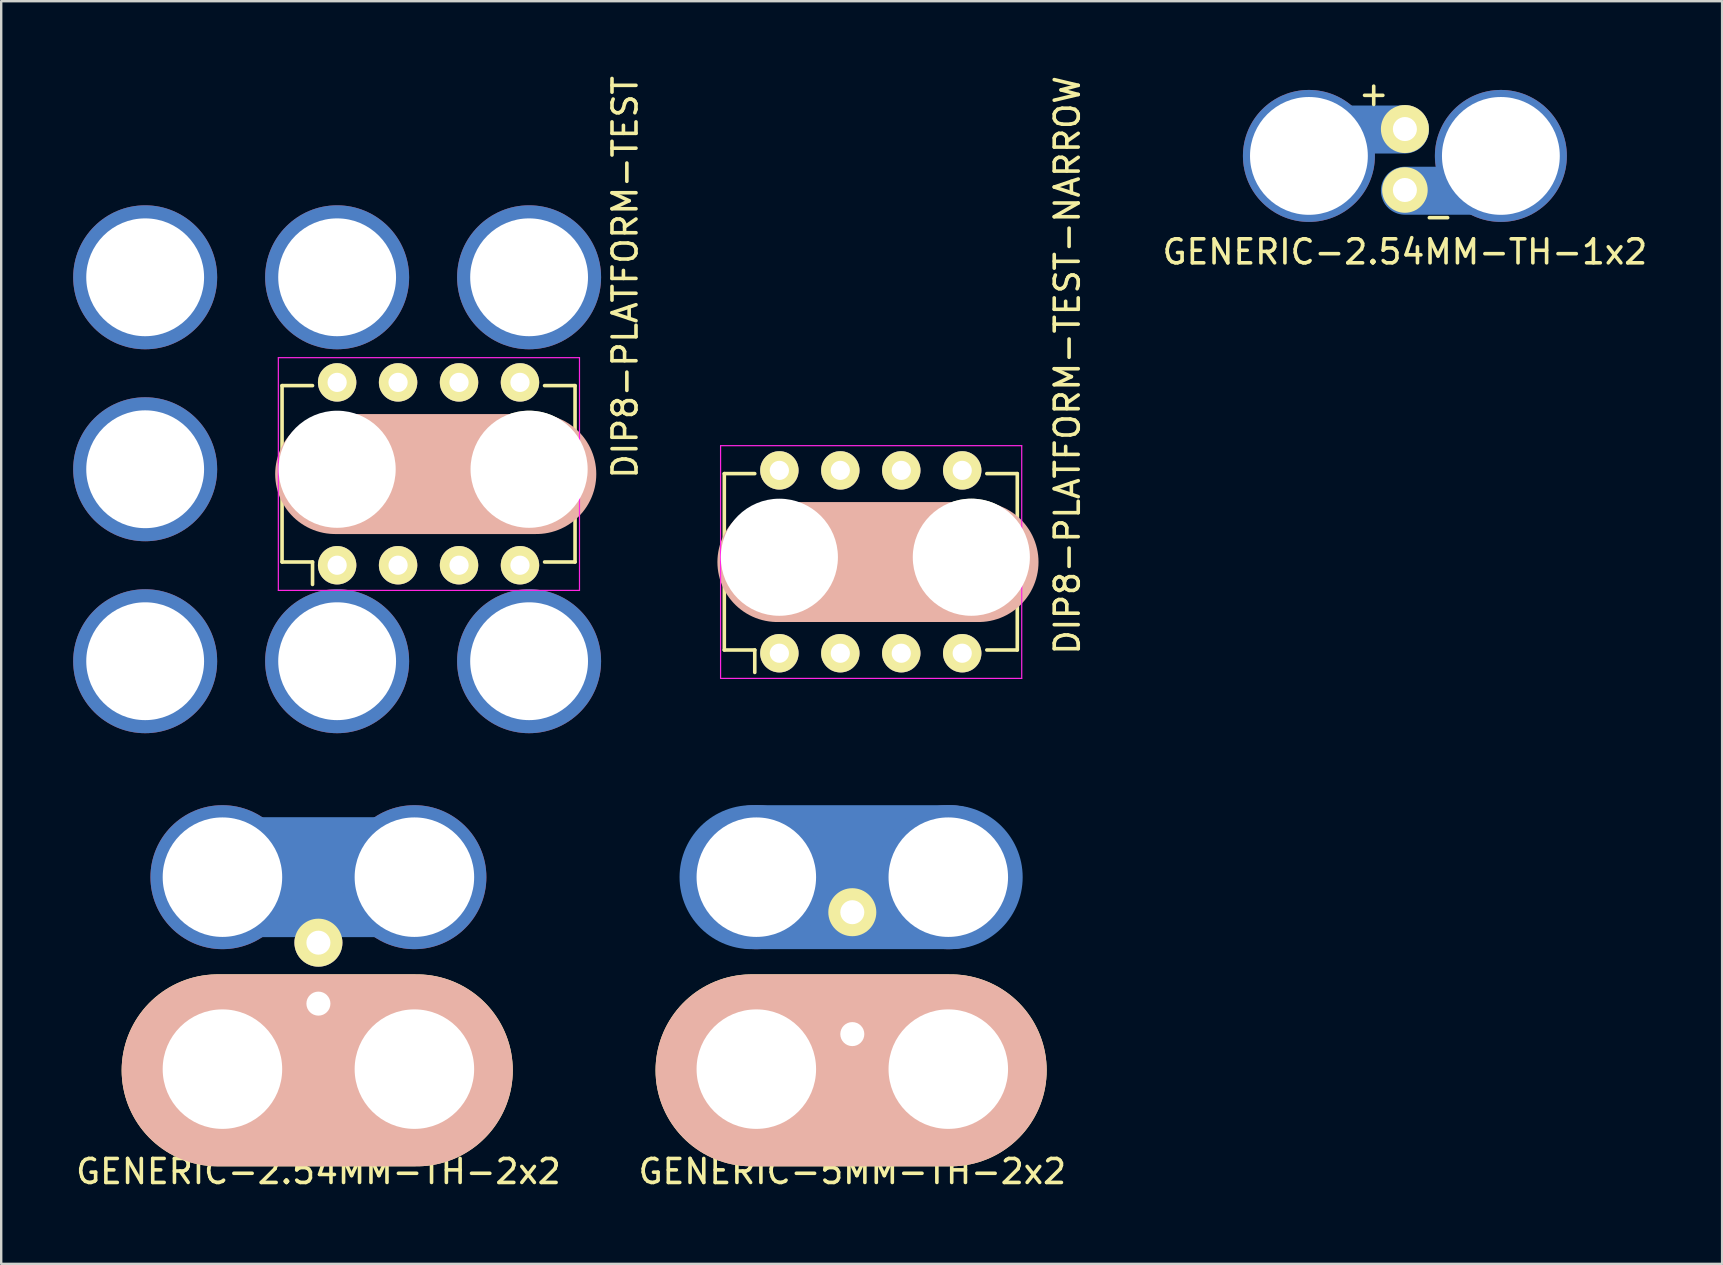
<source format=kicad_pcb>
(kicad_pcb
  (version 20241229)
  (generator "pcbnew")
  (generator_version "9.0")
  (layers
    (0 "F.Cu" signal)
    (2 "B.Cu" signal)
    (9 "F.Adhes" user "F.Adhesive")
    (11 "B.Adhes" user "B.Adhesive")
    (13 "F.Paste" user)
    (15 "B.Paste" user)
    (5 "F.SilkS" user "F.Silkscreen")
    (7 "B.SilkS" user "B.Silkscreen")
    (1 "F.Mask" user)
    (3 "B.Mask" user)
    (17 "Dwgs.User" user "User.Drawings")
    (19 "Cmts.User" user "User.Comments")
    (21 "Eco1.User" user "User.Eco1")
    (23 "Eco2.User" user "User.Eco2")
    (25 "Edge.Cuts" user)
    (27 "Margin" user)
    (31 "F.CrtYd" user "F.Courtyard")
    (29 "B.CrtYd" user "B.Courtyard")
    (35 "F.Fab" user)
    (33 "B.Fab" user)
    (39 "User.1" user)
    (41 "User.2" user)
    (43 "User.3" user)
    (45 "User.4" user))
  (footprint "GENERIC-2.54MM-TH-2x2"
    (layer "F.Cu")
    (at 10.22 37.506)
    (property "Reference" "GENERIC-2.54MM-TH-2x2" (at 0 8.267 0) (layer "F.SilkS") (effects (font (size 1 1) (thickness 0.15))))
    (attr through_hole)
    (fp_line (start 4 -4) (end -4 -4) (stroke (width 5) (type solid)) (layer "B.Cu"))
    (fp_line (start 4 4) (end -4 4) (stroke (width 5) (type solid)) (layer "B.Cu"))
    (fp_line (start -4 4) (end 4 4) (stroke (width 5) (type solid)) (layer "B.Mask"))
    (fp_line (start 4 -4) (end -4 -4) (stroke (width 5) (type solid)) (layer "B.Mask"))
    (fp_line (start -4.2 4.05) (end 4.1 4.05) (stroke (width 8) (type solid)) (layer "F.SilkS"))
    (fp_line (start -4.2 4.05) (end 4.1 4.05) (stroke (width 8) (type solid)) (layer "B.SilkS"))
    (pad "1" thru_hole circle (at -4 -4) (size 6 6) (drill 4.98) (layers "*.Cu" "*.Mask"))
    (pad "1" thru_hole circle (at 0 -1.27) (size 2 2) (drill 1.001) (layers "*.Cu" "*.Mask" "F.SilkS"))
    (pad "1" thru_hole circle (at 4 -4) (size 6 6) (drill 4.98) (layers "*.Cu" "*.Mask"))
    (pad "2" thru_hole circle (at -4 4) (size 6 6) (drill 4.98) (layers "*.Cu" "*.Mask"))
    (pad "2" thru_hole circle (at 0 1.27 270) (size 1.9 1.9) (drill 1.001) (layers "*.Cu" "*.Mask" "F.SilkS"))
    (pad "2" thru_hole circle (at 4 4) (size 6 6) (drill 4.98) (layers "*.Cu" "*.Mask")))
  (footprint "DIP8-PLATFORM-TEST-NARROW"
    (layer "F.Cu")
    (at 33.43 20.173)
    (property "Reference" "DIP8-PLATFORM-TEST-NARROW" (at 8 -8 90) (layer "F.SilkS") (effects (font (size 1 1) (thickness 0.15))))
    (attr through_hole)
    (fp_line (start -6.295 -3.485) (end -5.025 -3.485) (stroke (width 0.15) (type solid)) (layer "F.SilkS"))
    (fp_line (start -6.295 3.865) (end -6.295 -3.485) (stroke (width 0.15) (type solid)) (layer "F.SilkS"))
    (fp_line (start -6.295 3.865) (end -5.025 3.865) (stroke (width 0.15) (type solid)) (layer "F.SilkS"))
    (fp_line (start -5.025 3.865) (end -5.025 4.8) (stroke (width 0.15) (type solid)) (layer "F.SilkS"))
    (fp_line (start 5.915 -3.485) (end 4.645 -3.485) (stroke (width 0.15) (type solid)) (layer "F.SilkS"))
    (fp_line (start 5.915 3.865) (end 4.645 3.865) (stroke (width 0.15) (type solid)) (layer "F.SilkS"))
    (fp_line (start 5.915 3.865) (end 5.915 -3.485) (stroke (width 0.15) (type solid)) (layer "F.SilkS"))
    (fp_line (start -4.082 0.2) (end 4.3 0.2) (stroke (width 5) (type solid)) (layer "B.SilkS"))
    (fp_line (start -6.45 -4.65) (end 6.1 -4.65) (stroke (width 0.05) (type solid)) (layer "F.CrtYd"))
    (fp_line (start -6.45 5.05) (end -6.45 -4.65) (stroke (width 0.05) (type solid)) (layer "F.CrtYd"))
    (fp_line (start -6.45 5.05) (end 6.1 5.05) (stroke (width 0.05) (type solid)) (layer "F.CrtYd"))
    (fp_line (start 6.1 5.05) (end 6.1 -4.65) (stroke (width 0.05) (type solid)) (layer "F.CrtYd"))
    (pad "" np_thru_hole circle (at -4 0) (size 4.88 4.88) (drill 4.98) (layers "*.Cu" "*.Mask"))
    (pad "" np_thru_hole circle (at 4 0) (size 4.88 4.88) (drill 4.98) (layers "*.Cu" "*.Mask" "F.SilkS"))
    (pad "1" thru_hole oval (at -4 4 90) (size 1.6 1.6) (drill 0.8) (layers "*.Cu" "*.Mask" "F.SilkS"))
    (pad "2" thru_hole oval (at -1.46 4 90) (size 1.6 1.6) (drill 0.8) (layers "*.Cu" "*.Mask" "F.SilkS"))
    (pad "3" thru_hole oval (at 1.08 4 90) (size 1.6 1.6) (drill 0.8) (layers "*.Cu" "*.Mask" "F.SilkS"))
    (pad "4" thru_hole oval (at 3.62 4 90) (size 1.6 1.6) (drill 0.8) (layers "*.Cu" "*.Mask" "F.SilkS"))
    (pad "5" thru_hole oval (at 3.62 -3.62 90) (size 1.6 1.6) (drill 0.8) (layers "*.Cu" "*.Mask" "F.SilkS"))
    (pad "6" thru_hole oval (at 1.08 -3.62 90) (size 1.6 1.6) (drill 0.8) (layers "*.Cu" "*.Mask" "F.SilkS"))
    (pad "7" thru_hole oval (at -1.46 -3.62 90) (size 1.6 1.6) (drill 0.8) (layers "*.Cu" "*.Mask" "F.SilkS"))
    (pad "8" thru_hole oval (at -4 -3.62 90) (size 1.6 1.6) (drill 0.8) (layers "*.Cu" "*.Mask" "F.SilkS")))
  (footprint "GENERIC-2.54MM-TH-1x2"
    (layer "F.Cu")
    (at 55.499 3.448)
    (property "Reference" "GENERIC-2.54MM-TH-1x2" (at 0 4 0) (layer "F.SilkS") (effects (font (size 1 1) (thickness 0.15))))
    (attr through_hole)
    (fp_line (start 0 -1.1) (end -4 -1.1) (stroke (width 2) (type solid)) (layer "B.Cu"))
    (fp_line (start 4 1.45) (end 0 1.45) (stroke (width 2) (type solid)) (layer "B.Cu"))
    (fp_text user "-" (at 1.4 2.5 180) (layer "F.SilkS") (effects (font (size 1 1) (thickness 0.15))))
    (fp_text user "+" (at -1.3 -2.6 0) (layer "F.SilkS") (effects (font (size 1 1) (thickness 0.15))))
    (pad "+" thru_hole circle (at -4 0) (size 5.5 5.5) (drill 4.91) (layers "*.Cu" "*.Mask"))
    (pad "+" thru_hole circle (at 0 -1.12) (size 2 2) (drill 1.001) (layers "*.Cu" "*.Mask" "F.SilkS"))
    (pad "-" thru_hole circle (at 0 1.42 270) (size 1.9 1.9) (drill 1.001) (layers "*.Cu" "*.Mask" "F.SilkS"))
    (pad "-" thru_hole circle (at 4 0) (size 5.5 5.5) (drill 4.91) (layers "*.Cu" "*.Mask")))
  (footprint "DIP8-PLATFORM-TEST"
    (layer "F.Cu")
    (at 15 16.506)
    (property "Reference" "DIP8-PLATFORM-TEST" (at 8 -8 90) (layer "F.SilkS") (effects (font (size 1 1) (thickness 0.15))))
    (attr through_hole)
    (fp_line (start -6.295 -3.485) (end -5.025 -3.485) (stroke (width 0.15) (type solid)) (layer "F.SilkS"))
    (fp_line (start -6.295 3.865) (end -6.295 -3.485) (stroke (width 0.15) (type solid)) (layer "F.SilkS"))
    (fp_line (start -6.295 3.865) (end -5.025 3.865) (stroke (width 0.15) (type solid)) (layer "F.SilkS"))
    (fp_line (start -5.025 3.865) (end -5.025 4.8) (stroke (width 0.15) (type solid)) (layer "F.SilkS"))
    (fp_line (start 5.915 -3.485) (end 4.645 -3.485) (stroke (width 0.15) (type solid)) (layer "F.SilkS"))
    (fp_line (start 5.915 3.865) (end 4.645 3.865) (stroke (width 0.15) (type solid)) (layer "F.SilkS"))
    (fp_line (start 5.915 3.865) (end 5.915 -3.485) (stroke (width 0.15) (type solid)) (layer "F.SilkS"))
    (fp_line (start -4.082 0.2) (end 4.3 0.2) (stroke (width 5) (type solid)) (layer "B.SilkS"))
    (fp_line (start -6.45 -4.65) (end 6.1 -4.65) (stroke (width 0.05) (type solid)) (layer "F.CrtYd"))
    (fp_line (start -6.45 5.05) (end -6.45 -4.65) (stroke (width 0.05) (type solid)) (layer "F.CrtYd"))
    (fp_line (start -6.45 5.05) (end 6.1 5.05) (stroke (width 0.05) (type solid)) (layer "F.CrtYd"))
    (fp_line (start 6.1 5.05) (end 6.1 -4.65) (stroke (width 0.05) (type solid)) (layer "F.CrtYd"))
    (pad "" np_thru_hole circle (at -4 0) (size 4.88 4.88) (drill 4.91) (layers "*.Cu" "*.Mask"))
    (pad "" np_thru_hole circle (at 4 0) (size 4.88 4.88) (drill 4.91) (layers "*.Cu" "*.Mask" "F.SilkS"))
    (pad "1" thru_hole oval (at -4 4 90) (size 1.6 1.6) (drill 0.8) (layers "*.Cu" "*.Mask" "F.SilkS"))
    (pad "2" thru_hole circle (at -12 -8) (size 6 6) (drill 4.91) (layers "*.Cu" "*.Mask"))
    (pad "2" thru_hole circle (at -12 0) (size 6 6) (drill 4.91) (layers "*.Cu" "*.Mask"))
    (pad "2" thru_hole circle (at -4 -8) (size 6 6) (drill 4.91) (layers "*.Cu" "*.Mask"))
    (pad "2" thru_hole oval (at -1.46 4 90) (size 1.6 1.6) (drill 0.8) (layers "*.Cu" "*.Mask" "F.SilkS"))
    (pad "2" thru_hole circle (at 4 -8) (size 6 6) (drill 4.91) (layers "*.Cu" "*.Mask"))
    (pad "3" thru_hole circle (at -12 8) (size 6 6) (drill 4.91) (layers "*.Cu" "*.Mask"))
    (pad "3" thru_hole oval (at 1.08 4 90) (size 1.6 1.6) (drill 0.8) (layers "*.Cu" "*.Mask" "F.SilkS"))
    (pad "4" thru_hole circle (at -4 8) (size 6 6) (drill 4.91) (layers "*.Cu" "*.Mask"))
    (pad "4" thru_hole oval (at 3.62 4 90) (size 1.6 1.6) (drill 0.8) (layers "*.Cu" "*.Mask" "F.SilkS"))
    (pad "5" thru_hole oval (at 3.62 -3.62 90) (size 1.6 1.6) (drill 0.8) (layers "*.Cu" "*.Mask" "F.SilkS"))
    (pad "5" thru_hole circle (at 4 8) (size 6 6) (drill 4.91) (layers "*.Cu" "*.Mask"))
    (pad "6" thru_hole oval (at 1.08 -3.62 90) (size 1.6 1.6) (drill 0.8) (layers "*.Cu" "*.Mask" "F.SilkS"))
    (pad "7" thru_hole oval (at -1.46 -3.62 90) (size 1.6 1.6) (drill 0.8) (layers "*.Cu" "*.Mask" "F.SilkS"))
    (pad "8" thru_hole oval (at -4 -3.62 90) (size 1.6 1.6) (drill 0.8) (layers "*.Cu" "*.Mask" "F.SilkS")))
  (footprint "GENERIC-5MM-TH-2x2"
    (layer "F.Cu")
    (at 32.47 37.506)
    (property "Reference" "GENERIC-5MM-TH-2x2" (at 0 8.267 0) (layer "F.SilkS") (effects (font (size 1 1) (thickness 0.15))))
    (attr through_hole)
    (fp_line (start -4.2 -4) (end 4.1 -4) (stroke (width 6) (type solid)) (layer "B.Cu"))
    (fp_line (start -4.2 4) (end 4.1 4) (stroke (width 6) (type solid)) (layer "B.Cu"))
    (fp_line (start -4.2 -4) (end 4.1 -4) (stroke (width 6) (type solid)) (layer "B.Mask"))
    (fp_line (start -4.2 4) (end 4.1 4) (stroke (width 6) (type solid)) (layer "B.Mask"))
    (fp_line (start -4.2 4.05) (end 4.1 4.05) (stroke (width 8) (type solid)) (layer "F.SilkS"))
    (fp_line (start -4.2 4.05) (end 4.1 4.05) (stroke (width 8) (type solid)) (layer "B.SilkS"))
    (pad "1" thru_hole circle (at -4 -4) (size 6 6) (drill 4.98) (layers "*.Cu" "*.Mask"))
    (pad "1" thru_hole circle (at 0 -2.54) (size 2 2) (drill 1.001) (layers "*.Cu" "*.Mask" "F.SilkS"))
    (pad "1" thru_hole circle (at 4 -4) (size 6 6) (drill 4.98) (layers "*.Cu" "*.Mask"))
    (pad "2" thru_hole circle (at -4 4) (size 6 6) (drill 4.98) (layers "*.Cu" "*.Mask"))
    (pad "2" thru_hole circle (at 0 2.54 270) (size 1.9 1.9) (drill 1.001) (layers "*.Cu" "*.Mask" "F.SilkS"))
    (pad "2" thru_hole circle (at 4 4) (size 6 6) (drill 4.98) (layers "*.Cu" "*.Mask")))
  (gr_rect
    (start -3 -3)
    (end 68.719 49.621)
    (stroke (width 0.1) (type default))
    (fill no)
    (layer "Edge.Cuts")))
</source>
